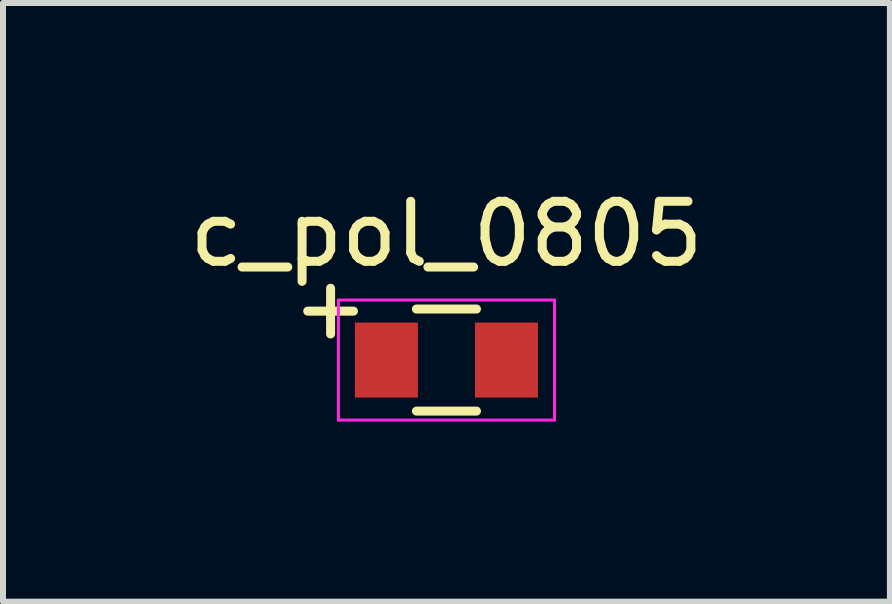
<source format=kicad_pcb>
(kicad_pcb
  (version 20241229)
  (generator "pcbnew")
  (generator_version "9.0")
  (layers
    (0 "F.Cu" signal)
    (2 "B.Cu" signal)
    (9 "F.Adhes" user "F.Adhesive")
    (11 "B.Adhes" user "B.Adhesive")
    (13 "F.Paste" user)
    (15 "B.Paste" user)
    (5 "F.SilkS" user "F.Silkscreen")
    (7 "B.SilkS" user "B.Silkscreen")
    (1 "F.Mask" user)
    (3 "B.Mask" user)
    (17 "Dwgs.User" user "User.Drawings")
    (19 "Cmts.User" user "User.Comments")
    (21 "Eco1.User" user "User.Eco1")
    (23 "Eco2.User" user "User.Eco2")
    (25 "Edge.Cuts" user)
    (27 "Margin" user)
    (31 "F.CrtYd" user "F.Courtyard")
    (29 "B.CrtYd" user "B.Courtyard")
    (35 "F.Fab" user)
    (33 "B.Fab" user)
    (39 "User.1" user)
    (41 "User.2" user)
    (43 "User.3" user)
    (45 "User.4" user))
  (footprint "c_pol_0805"
    (layer "F.Cu")
    (at 4.387 2.948)
    (property "Reference" "c_pol_0805" (at 0 -2.1 0) (layer "F.SilkS") (effects (font (size 1 1) (thickness 0.15))))
    (attr smd)
    (fp_line (start -0.5 0.85) (end 0.5 0.85) (stroke (width 0.15) (type solid)) (layer "F.SilkS"))
    (fp_line (start 0.5 -0.85) (end -0.5 -0.85) (stroke (width 0.15) (type solid)) (layer "F.SilkS"))
    (fp_line (start -1.8 -1) (end -1.8 1) (stroke (width 0.05) (type solid)) (layer "F.CrtYd"))
    (fp_line (start -1.8 -1) (end 1.8 -1) (stroke (width 0.05) (type solid)) (layer "F.CrtYd"))
    (fp_line (start -1.8 1) (end 1.8 1) (stroke (width 0.05) (type solid)) (layer "F.CrtYd"))
    (fp_line (start 1.8 -1) (end 1.8 1) (stroke (width 0.05) (type solid)) (layer "F.CrtYd"))
    (fp_text user "+" (at -1.93 -0.889 0) (layer "F.SilkS") (effects (font (size 1 1) (thickness 0.15))))
    (pad "1" smd rect (at -1 0) (size 1.05 1.25) (layers "F.Cu" "F.Mask" "F.Paste"))
    (pad "2" smd rect (at 1 0) (size 1.05 1.25) (layers "F.Cu" "F.Mask" "F.Paste")))
  (gr_rect
    (start -3 -3)
    (end 11.774 6.973)
    (stroke (width 0.1) (type default))
    (fill no)
    (layer "Edge.Cuts")))
</source>
